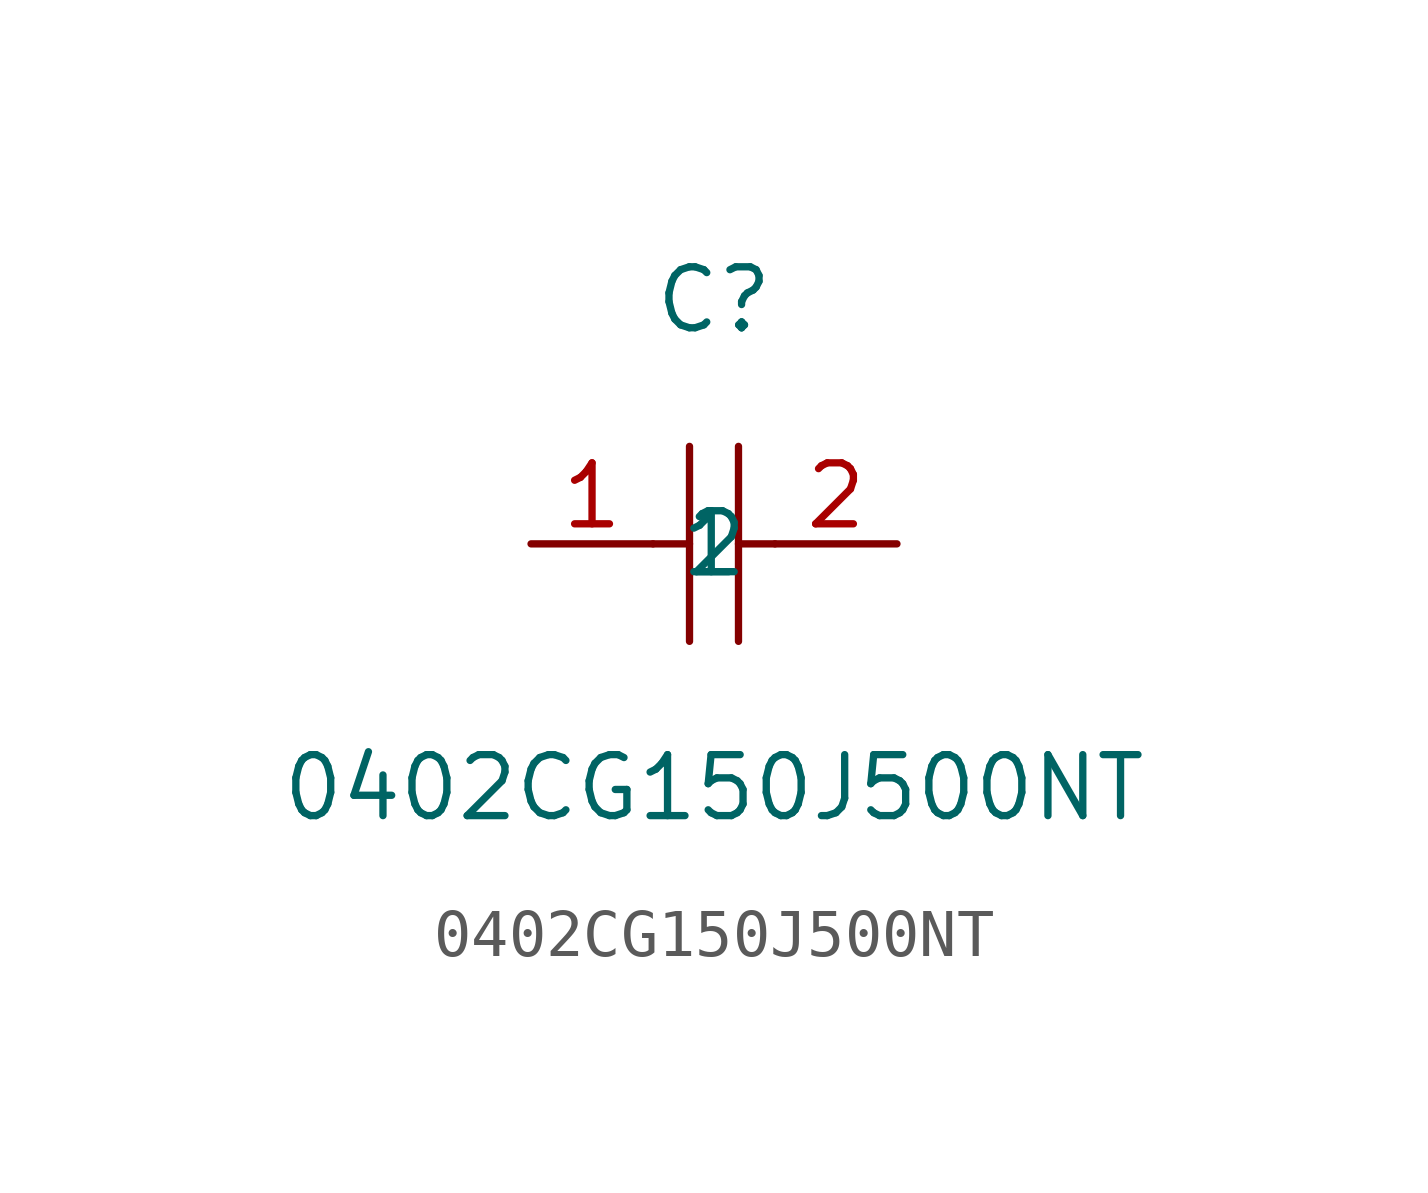
<source format=kicad_sym>
(kicad_symbol_lib
  (version 1)
  (generator "faebryk")
  (symbol "0402CG150J500NT"
    (property "Reference" "C"
      (at 0 5.08 0)
      (effects (font (size 1.27 1.27)) (hide no)))
    (property "Value" "0402CG150J500NT"
      (at 0 -5.08 0)
      (effects (font (size 1.27 1.27)) (hide no)))
    (symbol "0402CG150J500NT_0_1"
      (polyline (stroke (width 0) (type default) (color 0 0 0 0)) (fill (type none)) (pts (xy -0.51 2.03) (xy -0.51 -2.03)))
      (polyline (stroke (width 0) (type default) (color 0 0 0 0)) (fill (type none)) (pts (xy 0.51 2.03) (xy 0.51 -2.03)))
      (polyline (stroke (width 0) (type default) (color 0 0 0 0)) (fill (type none)) (pts (xy -1.27 0) (xy -0.51 0)))
      (polyline (stroke (width 0) (type default) (color 0 0 0 0)) (fill (type none)) (pts (xy 0.51 0) (xy 1.27 0)))
      (pin input line (at -3.81 0 0) (length 2.54) (name "1" (effects (font (size 1.27 1.27)) (hide no))) (number "1" (effects (font (size 1.27 1.27)) (hide no))))
      (pin input line (at 3.81 0 180) (length 2.54) (name "2" (effects (font (size 1.27 1.27)) (hide no))) (number "2" (effects (font (size 1.27 1.27)) (hide no)))))))
</source>
